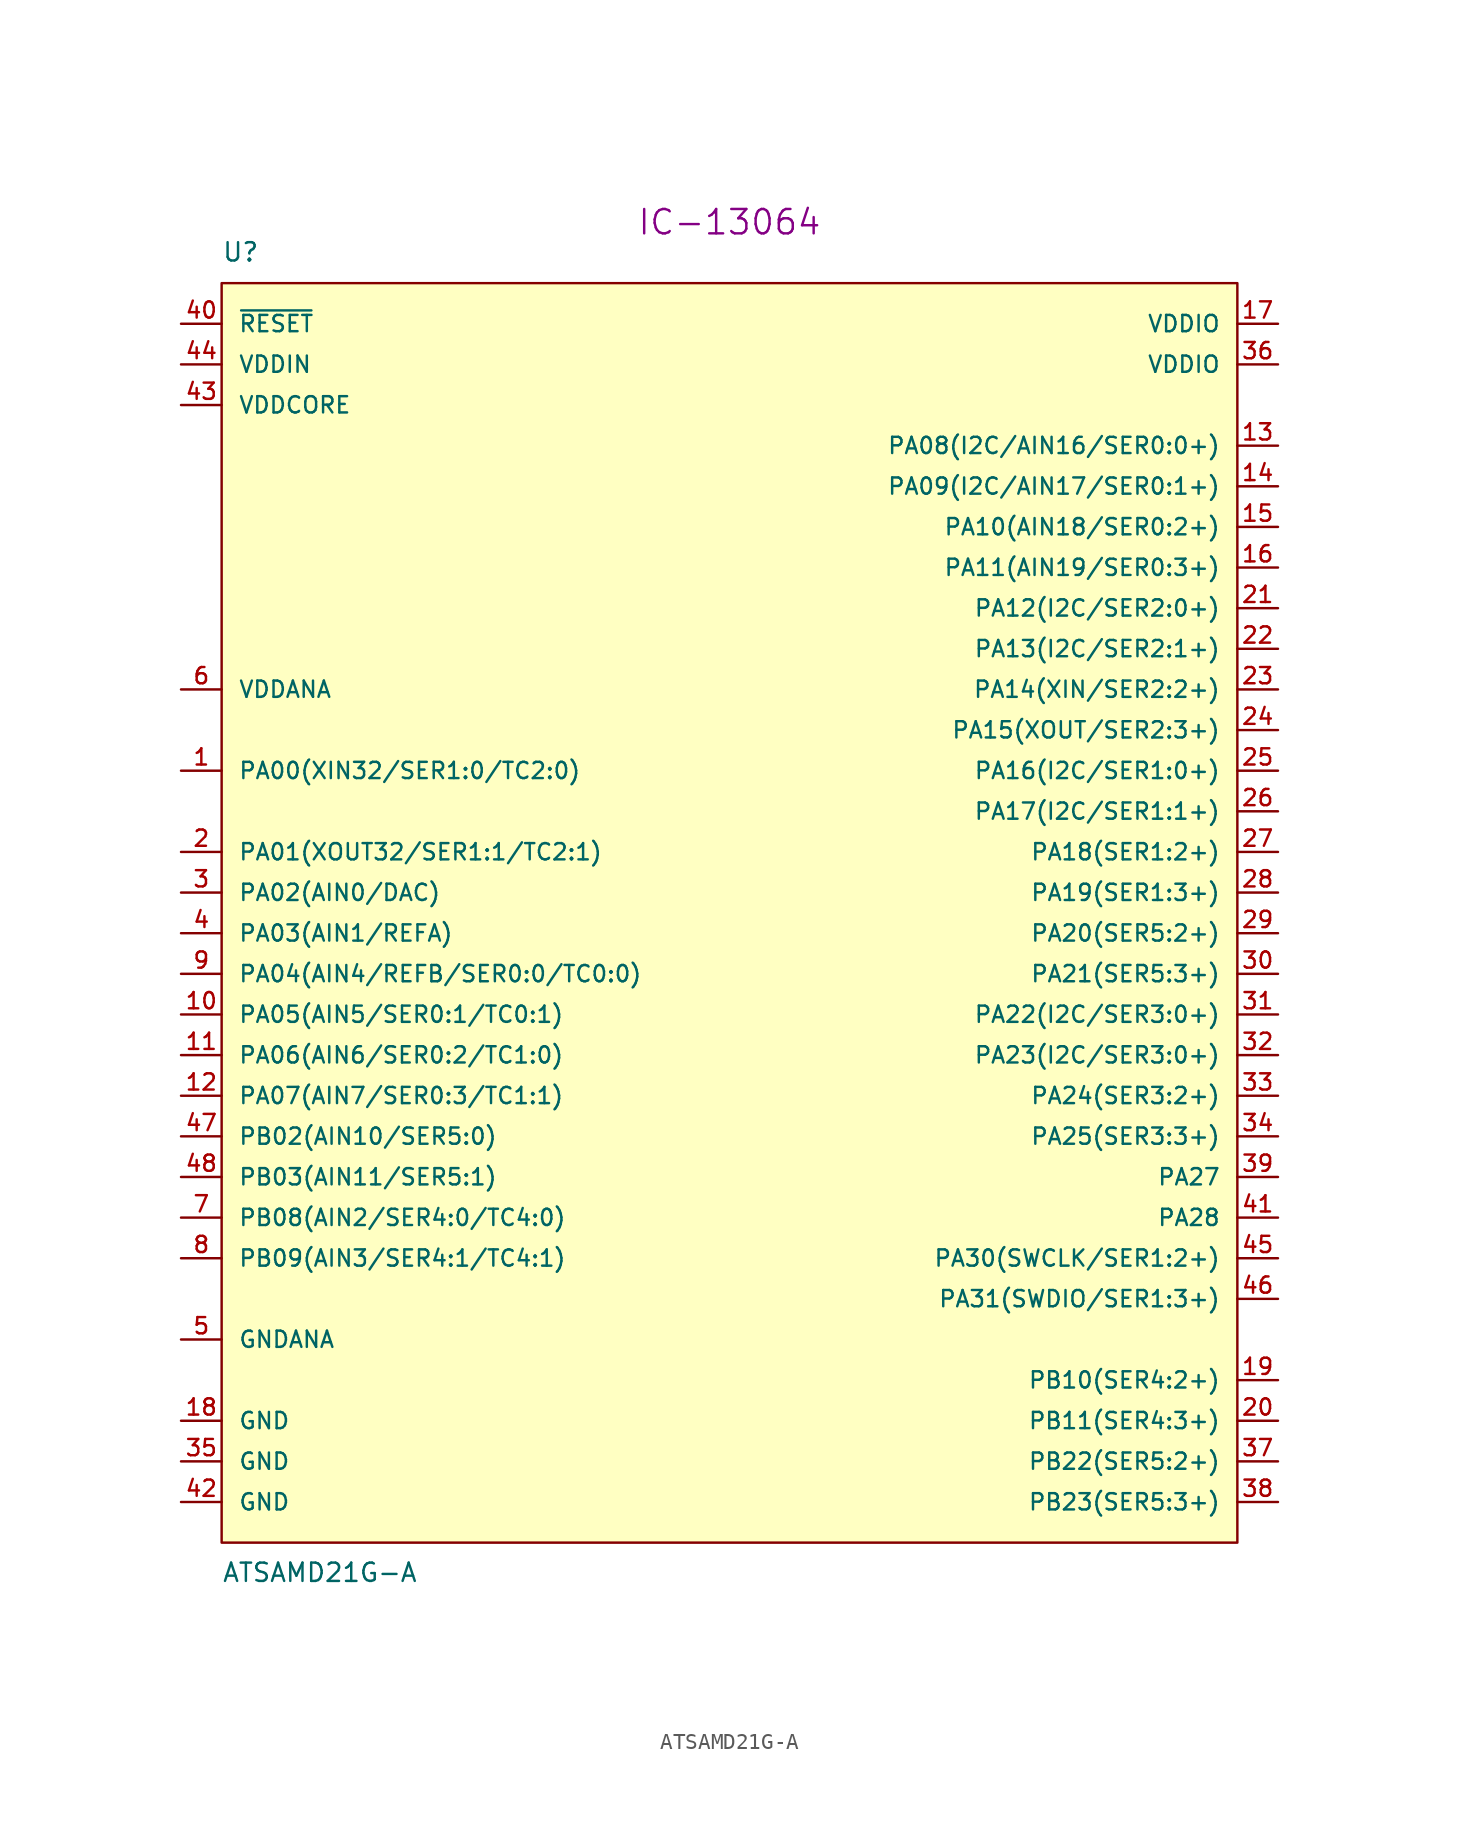
<source format=kicad_sym>
(kicad_symbol_lib
  (version 20220914)
  (generator kicad_symbol_editor)
  (symbol "ATSAMD21G-A"
    (pin_names
      (offset 1.016))
    (property "Reference" "U"
      (at -31.75 40.64 0)
      (effects (font (size 1.143 1.143)) (justify left bottom)))
    (property "Value" "ATSAMD21G-A"
      (at -31.75 -41.91 0)
      (effects (font (size 1.143 1.143)) (justify left bottom)))
    (property "Field4" "IC-13064"
      (at 0 43.18 0)
      (effects (font (size 1.524 1.524))))
    (property "ki_locked" ""
      (at 0 0 0)
      (effects (font (size 1.27 1.27))))
    (symbol "ATSAMD21G-A_1_1"
      (polyline (pts (xy -31.75 39.37) (xy -31.75 -39.37) (xy 31.75 -39.37) (xy 31.75 39.37) (xy -31.75 39.37)) (stroke (width 0) (type solid)) (fill (type background)))
      (pin bidirectional line (at -34.29 8.89 0) (length 2.54) (name "PA00(XIN32/SER1:0/TC2:0)" (effects (font (size 1.016 1.016)))) (number "1" (effects (font (size 1.016 1.016)))))
      (pin bidirectional line (at -34.29 -6.35 0) (length 2.54) (name "PA05(AIN5/SER0:1/TC0:1)" (effects (font (size 1.016 1.016)))) (number "10" (effects (font (size 1.016 1.016)))))
      (pin bidirectional line (at -34.29 -8.89 0) (length 2.54) (name "PA06(AIN6/SER0:2/TC1:0)" (effects (font (size 1.016 1.016)))) (number "11" (effects (font (size 1.016 1.016)))))
      (pin bidirectional line (at -34.29 -11.43 0) (length 2.54) (name "PA07(AIN7/SER0:3/TC1:1)" (effects (font (size 1.016 1.016)))) (number "12" (effects (font (size 1.016 1.016)))))
      (pin bidirectional line (at 34.29 29.21 180) (length 2.54) (name "PA08(I2C/AIN16/SER0:0+)" (effects (font (size 1.016 1.016)))) (number "13" (effects (font (size 1.016 1.016)))))
      (pin bidirectional line (at 34.29 26.67 180) (length 2.54) (name "PA09(I2C/AIN17/SER0:1+)" (effects (font (size 1.016 1.016)))) (number "14" (effects (font (size 1.016 1.016)))))
      (pin bidirectional line (at 34.29 24.13 180) (length 2.54) (name "PA10(AIN18/SER0:2+)" (effects (font (size 1.016 1.016)))) (number "15" (effects (font (size 1.016 1.016)))))
      (pin bidirectional line (at 34.29 21.59 180) (length 2.54) (name "PA11(AIN19/SER0:3+)" (effects (font (size 1.016 1.016)))) (number "16" (effects (font (size 1.016 1.016)))))
      (pin bidirectional line (at 34.29 36.83 180) (length 2.54) (name "VDDIO" (effects (font (size 1.016 1.016)))) (number "17" (effects (font (size 1.016 1.016)))))
      (pin bidirectional line (at -34.29 -31.75 0) (length 2.54) (name "GND" (effects (font (size 1.016 1.016)))) (number "18" (effects (font (size 1.016 1.016)))))
      (pin bidirectional line (at 34.29 -29.21 180) (length 2.54) (name "PB10(SER4:2+)" (effects (font (size 1.016 1.016)))) (number "19" (effects (font (size 1.016 1.016)))))
      (pin bidirectional line (at -34.29 3.81 0) (length 2.54) (name "PA01(XOUT32/SER1:1/TC2:1)" (effects (font (size 1.016 1.016)))) (number "2" (effects (font (size 1.016 1.016)))))
      (pin bidirectional line (at 34.29 -31.75 180) (length 2.54) (name "PB11(SER4:3+)" (effects (font (size 1.016 1.016)))) (number "20" (effects (font (size 1.016 1.016)))))
      (pin bidirectional line (at 34.29 19.05 180) (length 2.54) (name "PA12(I2C/SER2:0+)" (effects (font (size 1.016 1.016)))) (number "21" (effects (font (size 1.016 1.016)))))
      (pin bidirectional line (at 34.29 16.51 180) (length 2.54) (name "PA13(I2C/SER2:1+)" (effects (font (size 1.016 1.016)))) (number "22" (effects (font (size 1.016 1.016)))))
      (pin bidirectional line (at 34.29 13.97 180) (length 2.54) (name "PA14(XIN/SER2:2+)" (effects (font (size 1.016 1.016)))) (number "23" (effects (font (size 1.016 1.016)))))
      (pin bidirectional line (at 34.29 11.43 180) (length 2.54) (name "PA15(XOUT/SER2:3+)" (effects (font (size 1.016 1.016)))) (number "24" (effects (font (size 1.016 1.016)))))
      (pin bidirectional line (at 34.29 8.89 180) (length 2.54) (name "PA16(I2C/SER1:0+)" (effects (font (size 1.016 1.016)))) (number "25" (effects (font (size 1.016 1.016)))))
      (pin bidirectional line (at 34.29 6.35 180) (length 2.54) (name "PA17(I2C/SER1:1+)" (effects (font (size 1.016 1.016)))) (number "26" (effects (font (size 1.016 1.016)))))
      (pin bidirectional line (at 34.29 3.81 180) (length 2.54) (name "PA18(SER1:2+)" (effects (font (size 1.016 1.016)))) (number "27" (effects (font (size 1.016 1.016)))))
      (pin bidirectional line (at 34.29 1.27 180) (length 2.54) (name "PA19(SER1:3+)" (effects (font (size 1.016 1.016)))) (number "28" (effects (font (size 1.016 1.016)))))
      (pin bidirectional line (at 34.29 -1.27 180) (length 2.54) (name "PA20(SER5:2+)" (effects (font (size 1.016 1.016)))) (number "29" (effects (font (size 1.016 1.016)))))
      (pin bidirectional line (at -34.29 1.27 0) (length 2.54) (name "PA02(AIN0/DAC)" (effects (font (size 1.016 1.016)))) (number "3" (effects (font (size 1.016 1.016)))))
      (pin bidirectional line (at 34.29 -3.81 180) (length 2.54) (name "PA21(SER5:3+)" (effects (font (size 1.016 1.016)))) (number "30" (effects (font (size 1.016 1.016)))))
      (pin bidirectional line (at 34.29 -6.35 180) (length 2.54) (name "PA22(I2C/SER3:0+)" (effects (font (size 1.016 1.016)))) (number "31" (effects (font (size 1.016 1.016)))))
      (pin bidirectional line (at 34.29 -8.89 180) (length 2.54) (name "PA23(I2C/SER3:0+)" (effects (font (size 1.016 1.016)))) (number "32" (effects (font (size 1.016 1.016)))))
      (pin bidirectional line (at 34.29 -11.43 180) (length 2.54) (name "PA24(SER3:2+)" (effects (font (size 1.016 1.016)))) (number "33" (effects (font (size 1.016 1.016)))))
      (pin bidirectional line (at 34.29 -13.97 180) (length 2.54) (name "PA25(SER3:3+)" (effects (font (size 1.016 1.016)))) (number "34" (effects (font (size 1.016 1.016)))))
      (pin bidirectional line (at -34.29 -34.29 0) (length 2.54) (name "GND" (effects (font (size 1.016 1.016)))) (number "35" (effects (font (size 1.016 1.016)))))
      (pin bidirectional line (at 34.29 34.29 180) (length 2.54) (name "VDDIO" (effects (font (size 1.016 1.016)))) (number "36" (effects (font (size 1.016 1.016)))))
      (pin bidirectional line (at 34.29 -34.29 180) (length 2.54) (name "PB22(SER5:2+)" (effects (font (size 1.016 1.016)))) (number "37" (effects (font (size 1.016 1.016)))))
      (pin bidirectional line (at 34.29 -36.83 180) (length 2.54) (name "PB23(SER5:3+)" (effects (font (size 1.016 1.016)))) (number "38" (effects (font (size 1.016 1.016)))))
      (pin bidirectional line (at 34.29 -16.51 180) (length 2.54) (name "PA27" (effects (font (size 1.016 1.016)))) (number "39" (effects (font (size 1.016 1.016)))))
      (pin bidirectional line (at -34.29 -1.27 0) (length 2.54) (name "PA03(AIN1/REFA)" (effects (font (size 1.016 1.016)))) (number "4" (effects (font (size 1.016 1.016)))))
      (pin bidirectional line (at -34.29 36.83 0) (length 2.54) (name "~{RESET}" (effects (font (size 1.016 1.016)))) (number "40" (effects (font (size 1.016 1.016)))))
      (pin bidirectional line (at 34.29 -19.05 180) (length 2.54) (name "PA28" (effects (font (size 1.016 1.016)))) (number "41" (effects (font (size 1.016 1.016)))))
      (pin bidirectional line (at -34.29 -36.83 0) (length 2.54) (name "GND" (effects (font (size 1.016 1.016)))) (number "42" (effects (font (size 1.016 1.016)))))
      (pin bidirectional line (at -34.29 31.75 0) (length 2.54) (name "VDDCORE" (effects (font (size 1.016 1.016)))) (number "43" (effects (font (size 1.016 1.016)))))
      (pin bidirectional line (at -34.29 34.29 0) (length 2.54) (name "VDDIN" (effects (font (size 1.016 1.016)))) (number "44" (effects (font (size 1.016 1.016)))))
      (pin bidirectional line (at 34.29 -21.59 180) (length 2.54) (name "PA30(SWCLK/SER1:2+)" (effects (font (size 1.016 1.016)))) (number "45" (effects (font (size 1.016 1.016)))))
      (pin bidirectional line (at 34.29 -24.13 180) (length 2.54) (name "PA31(SWDIO/SER1:3+)" (effects (font (size 1.016 1.016)))) (number "46" (effects (font (size 1.016 1.016)))))
      (pin bidirectional line (at -34.29 -13.97 0) (length 2.54) (name "PB02(AIN10/SER5:0)" (effects (font (size 1.016 1.016)))) (number "47" (effects (font (size 1.016 1.016)))))
      (pin bidirectional line (at -34.29 -16.51 0) (length 2.54) (name "PB03(AIN11/SER5:1)" (effects (font (size 1.016 1.016)))) (number "48" (effects (font (size 1.016 1.016)))))
      (pin bidirectional line (at -34.29 -26.67 0) (length 2.54) (name "GNDANA" (effects (font (size 1.016 1.016)))) (number "5" (effects (font (size 1.016 1.016)))))
      (pin bidirectional line (at -34.29 13.97 0) (length 2.54) (name "VDDANA" (effects (font (size 1.016 1.016)))) (number "6" (effects (font (size 1.016 1.016)))))
      (pin bidirectional line (at -34.29 -19.05 0) (length 2.54) (name "PB08(AIN2/SER4:0/TC4:0)" (effects (font (size 1.016 1.016)))) (number "7" (effects (font (size 1.016 1.016)))))
      (pin bidirectional line (at -34.29 -21.59 0) (length 2.54) (name "PB09(AIN3/SER4:1/TC4:1)" (effects (font (size 1.016 1.016)))) (number "8" (effects (font (size 1.016 1.016)))))
      (pin bidirectional line (at -34.29 -3.81 0) (length 2.54) (name "PA04(AIN4/REFB/SER0:0/TC0:0)" (effects (font (size 1.016 1.016)))) (number "9" (effects (font (size 1.016 1.016))))))))
</source>
